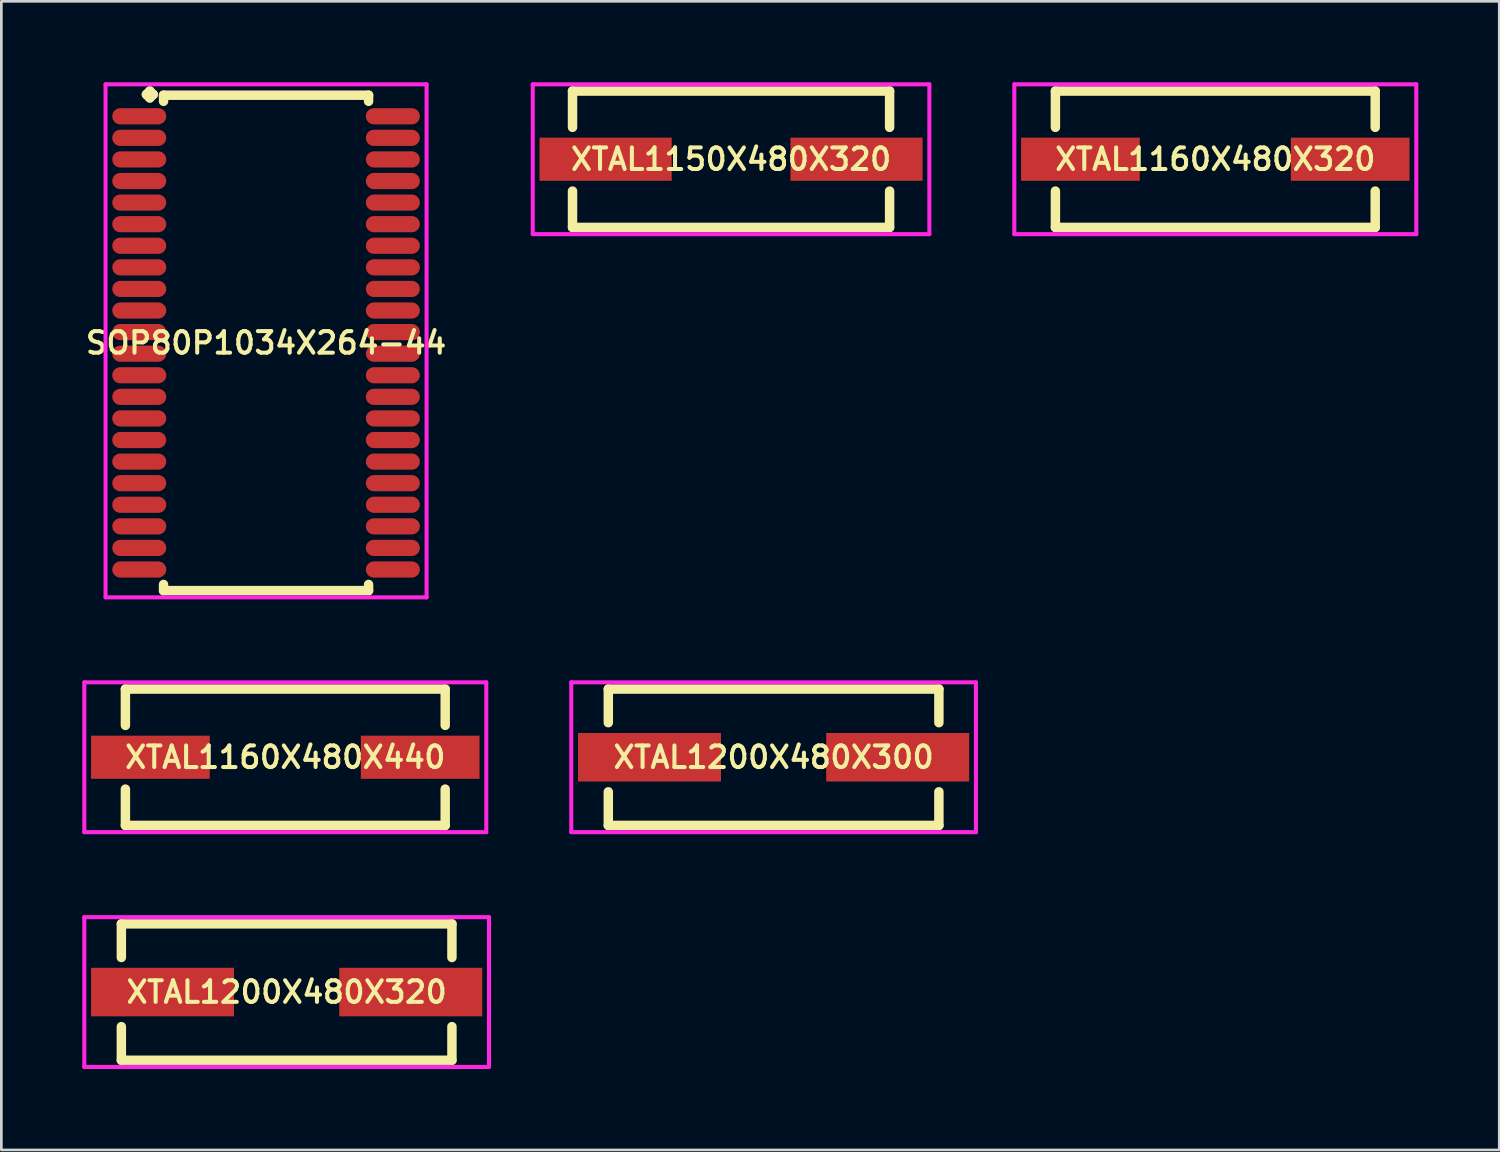
<source format=kicad_pcb>
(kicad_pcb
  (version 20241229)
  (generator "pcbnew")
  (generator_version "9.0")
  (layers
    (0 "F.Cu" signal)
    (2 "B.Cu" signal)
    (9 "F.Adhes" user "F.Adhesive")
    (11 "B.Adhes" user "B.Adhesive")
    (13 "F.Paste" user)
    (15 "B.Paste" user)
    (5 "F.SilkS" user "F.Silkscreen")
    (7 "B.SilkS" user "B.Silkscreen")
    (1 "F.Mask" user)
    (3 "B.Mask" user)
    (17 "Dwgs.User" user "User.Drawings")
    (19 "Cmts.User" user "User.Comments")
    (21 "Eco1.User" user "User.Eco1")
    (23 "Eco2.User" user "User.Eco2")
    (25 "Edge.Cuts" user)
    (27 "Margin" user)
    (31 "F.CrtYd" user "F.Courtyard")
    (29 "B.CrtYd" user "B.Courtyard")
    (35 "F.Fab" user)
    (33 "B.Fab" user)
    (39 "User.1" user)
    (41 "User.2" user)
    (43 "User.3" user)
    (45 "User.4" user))
  (footprint "XTAL1160X480X440"
    (layer "F.Cu")
    (at 7.525 25.019)
    (property "Reference" "XTAL1160X480X440" (at 0 0 0) (layer "F.SilkS") (effects (font (size 0.8 0.8) (thickness 0.15))))
    (attr smd)
    (fp_line (start -5.927 -2.527) (end 5.927 -2.527) (stroke (width 0.35) (type solid)) (layer "F.SilkS"))
    (fp_line (start -5.927 -1.181) (end -5.927 -2.527) (stroke (width 0.35) (type solid)) (layer "F.SilkS"))
    (fp_line (start -5.927 1.181) (end -5.927 2.527) (stroke (width 0.35) (type solid)) (layer "F.SilkS"))
    (fp_line (start -5.927 2.527) (end 5.927 2.527) (stroke (width 0.35) (type solid)) (layer "F.SilkS"))
    (fp_line (start 5.927 -2.527) (end 5.927 -1.181) (stroke (width 0.35) (type solid)) (layer "F.SilkS"))
    (fp_line (start 5.927 2.527) (end 5.927 1.181) (stroke (width 0.35) (type solid)) (layer "F.SilkS"))
    (fp_line (start -7.45 -2.777) (end 7.45 -2.777) (stroke (width 0.15) (type solid)) (layer "F.CrtYd"))
    (fp_line (start -7.45 2.777) (end -7.45 -2.777) (stroke (width 0.15) (type solid)) (layer "F.CrtYd"))
    (fp_line (start 7.45 -2.777) (end 7.45 2.777) (stroke (width 0.15) (type solid)) (layer "F.CrtYd"))
    (fp_line (start 7.45 2.777) (end -7.45 2.777) (stroke (width 0.15) (type solid)) (layer "F.CrtYd"))
    (pad "1" smd rect (at -5 0) (size 4.4 1.6) (layers "F.Cu" "F.Mask" "F.Paste"))
    (pad "2" smd rect (at 5 0) (size 4.4 1.6) (layers "F.Cu" "F.Mask" "F.Paste")))
  (footprint "XTAL1200X480X300"
    (layer "F.Cu")
    (at 25.625 25.019)
    (property "Reference" "XTAL1200X480X300" (at 0 0 0) (layer "F.SilkS") (effects (font (size 0.8 0.8) (thickness 0.15))))
    (attr smd)
    (fp_line (start -6.127 -2.527) (end 6.127 -2.527) (stroke (width 0.35) (type solid)) (layer "F.SilkS"))
    (fp_line (start -6.127 -1.281) (end -6.127 -2.527) (stroke (width 0.35) (type solid)) (layer "F.SilkS"))
    (fp_line (start -6.127 1.281) (end -6.127 2.527) (stroke (width 0.35) (type solid)) (layer "F.SilkS"))
    (fp_line (start -6.127 2.527) (end 6.127 2.527) (stroke (width 0.35) (type solid)) (layer "F.SilkS"))
    (fp_line (start 6.127 -2.527) (end 6.127 -1.281) (stroke (width 0.35) (type solid)) (layer "F.SilkS"))
    (fp_line (start 6.127 2.527) (end 6.127 1.281) (stroke (width 0.35) (type solid)) (layer "F.SilkS"))
    (fp_line (start -7.5 -2.777) (end 7.5 -2.777) (stroke (width 0.15) (type solid)) (layer "F.CrtYd"))
    (fp_line (start -7.5 2.777) (end -7.5 -2.777) (stroke (width 0.15) (type solid)) (layer "F.CrtYd"))
    (fp_line (start 7.5 -2.777) (end 7.5 2.777) (stroke (width 0.15) (type solid)) (layer "F.CrtYd"))
    (fp_line (start 7.5 2.777) (end -7.5 2.777) (stroke (width 0.15) (type solid)) (layer "F.CrtYd"))
    (pad "1" smd rect (at -4.6 0) (size 5.3 1.8) (layers "F.Cu" "F.Mask" "F.Paste"))
    (pad "2" smd rect (at 4.6 0) (size 5.3 1.8) (layers "F.Cu" "F.Mask" "F.Paste")))
  (footprint "SOP80P1034X264-44"
    (layer "F.Cu")
    (at 6.812 9.66)
    (property "Reference" "SOP80P1034X264-44" (at 0 0 0) (layer "F.SilkS") (effects (font (size 0.8 0.8) (thickness 0.15))))
    (attr smd)
    (fp_line (start -4.435 -9.208) (end -4.308 -9.335) (stroke (width 0.35) (type solid)) (layer "F.SilkS"))
    (fp_line (start -4.308 -9.335) (end -4.181 -9.208) (stroke (width 0.35) (type solid)) (layer "F.SilkS"))
    (fp_line (start -4.308 -9.081) (end -4.435 -9.208) (stroke (width 0.35) (type solid)) (layer "F.SilkS"))
    (fp_line (start -4.181 -9.208) (end -4.308 -9.081) (stroke (width 0.35) (type solid)) (layer "F.SilkS"))
    (fp_line (start -3.8 -9.182) (end 3.8 -9.182) (stroke (width 0.35) (type solid)) (layer "F.SilkS"))
    (fp_line (start -3.8 -8.954) (end -3.8 -9.182) (stroke (width 0.35) (type solid)) (layer "F.SilkS"))
    (fp_line (start -3.8 8.954) (end -3.8 9.182) (stroke (width 0.35) (type solid)) (layer "F.SilkS"))
    (fp_line (start -3.8 9.182) (end 3.8 9.182) (stroke (width 0.35) (type solid)) (layer "F.SilkS"))
    (fp_line (start 3.8 -9.182) (end 3.8 -8.954) (stroke (width 0.35) (type solid)) (layer "F.SilkS"))
    (fp_line (start 3.8 9.182) (end 3.8 8.954) (stroke (width 0.35) (type solid)) (layer "F.SilkS"))
    (fp_line (start -5.95 -9.585) (end 5.95 -9.585) (stroke (width 0.15) (type solid)) (layer "F.CrtYd"))
    (fp_line (start -5.95 9.432) (end -5.95 -9.585) (stroke (width 0.15) (type solid)) (layer "F.CrtYd"))
    (fp_line (start 5.95 -9.585) (end 5.95 9.432) (stroke (width 0.15) (type solid)) (layer "F.CrtYd"))
    (fp_line (start 5.95 9.432) (end -5.95 9.432) (stroke (width 0.15) (type solid)) (layer "F.CrtYd"))
    (pad "1" smd oval (at -4.7 -8.4) (size 2 0.6) (layers "F.Cu" "F.Mask" "F.Paste"))
    (pad "2" smd oval (at -4.7 -7.6) (size 2 0.6) (layers "F.Cu" "F.Mask" "F.Paste"))
    (pad "3" smd oval (at -4.7 -6.8) (size 2 0.6) (layers "F.Cu" "F.Mask" "F.Paste"))
    (pad "4" smd oval (at -4.7 -6) (size 2 0.6) (layers "F.Cu" "F.Mask" "F.Paste"))
    (pad "5" smd oval (at -4.7 -5.2) (size 2 0.6) (layers "F.Cu" "F.Mask" "F.Paste"))
    (pad "6" smd oval (at -4.7 -4.4) (size 2 0.6) (layers "F.Cu" "F.Mask" "F.Paste"))
    (pad "7" smd oval (at -4.7 -3.6) (size 2 0.6) (layers "F.Cu" "F.Mask" "F.Paste"))
    (pad "8" smd oval (at -4.7 -2.8) (size 2 0.6) (layers "F.Cu" "F.Mask" "F.Paste"))
    (pad "9" smd oval (at -4.7 -2) (size 2 0.6) (layers "F.Cu" "F.Mask" "F.Paste"))
    (pad "10" smd oval (at -4.7 -1.2) (size 2 0.6) (layers "F.Cu" "F.Mask" "F.Paste"))
    (pad "11" smd oval (at -4.7 -0.4) (size 2 0.6) (layers "F.Cu" "F.Mask" "F.Paste"))
    (pad "12" smd oval (at -4.7 0.4) (size 2 0.6) (layers "F.Cu" "F.Mask" "F.Paste"))
    (pad "13" smd oval (at -4.7 1.2) (size 2 0.6) (layers "F.Cu" "F.Mask" "F.Paste"))
    (pad "14" smd oval (at -4.7 2) (size 2 0.6) (layers "F.Cu" "F.Mask" "F.Paste"))
    (pad "15" smd oval (at -4.7 2.8) (size 2 0.6) (layers "F.Cu" "F.Mask" "F.Paste"))
    (pad "16" smd oval (at -4.7 3.6) (size 2 0.6) (layers "F.Cu" "F.Mask" "F.Paste"))
    (pad "17" smd oval (at -4.7 4.4) (size 2 0.6) (layers "F.Cu" "F.Mask" "F.Paste"))
    (pad "18" smd oval (at -4.7 5.2) (size 2 0.6) (layers "F.Cu" "F.Mask" "F.Paste"))
    (pad "19" smd oval (at -4.7 6) (size 2 0.6) (layers "F.Cu" "F.Mask" "F.Paste"))
    (pad "20" smd oval (at -4.7 6.8) (size 2 0.6) (layers "F.Cu" "F.Mask" "F.Paste"))
    (pad "21" smd oval (at -4.7 7.6) (size 2 0.6) (layers "F.Cu" "F.Mask" "F.Paste"))
    (pad "22" smd oval (at -4.7 8.4) (size 2 0.6) (layers "F.Cu" "F.Mask" "F.Paste"))
    (pad "23" smd oval (at 4.7 8.4) (size 2 0.6) (layers "F.Cu" "F.Mask" "F.Paste"))
    (pad "24" smd oval (at 4.7 7.6) (size 2 0.6) (layers "F.Cu" "F.Mask" "F.Paste"))
    (pad "25" smd oval (at 4.7 6.8) (size 2 0.6) (layers "F.Cu" "F.Mask" "F.Paste"))
    (pad "26" smd oval (at 4.7 6) (size 2 0.6) (layers "F.Cu" "F.Mask" "F.Paste"))
    (pad "27" smd oval (at 4.7 5.2) (size 2 0.6) (layers "F.Cu" "F.Mask" "F.Paste"))
    (pad "28" smd oval (at 4.7 4.4) (size 2 0.6) (layers "F.Cu" "F.Mask" "F.Paste"))
    (pad "29" smd oval (at 4.7 3.6) (size 2 0.6) (layers "F.Cu" "F.Mask" "F.Paste"))
    (pad "30" smd oval (at 4.7 2.8) (size 2 0.6) (layers "F.Cu" "F.Mask" "F.Paste"))
    (pad "31" smd oval (at 4.7 2) (size 2 0.6) (layers "F.Cu" "F.Mask" "F.Paste"))
    (pad "32" smd oval (at 4.7 1.2) (size 2 0.6) (layers "F.Cu" "F.Mask" "F.Paste"))
    (pad "33" smd oval (at 4.7 0.4) (size 2 0.6) (layers "F.Cu" "F.Mask" "F.Paste"))
    (pad "34" smd oval (at 4.7 -0.4) (size 2 0.6) (layers "F.Cu" "F.Mask" "F.Paste"))
    (pad "35" smd oval (at 4.7 -1.2) (size 2 0.6) (layers "F.Cu" "F.Mask" "F.Paste"))
    (pad "36" smd oval (at 4.7 -2) (size 2 0.6) (layers "F.Cu" "F.Mask" "F.Paste"))
    (pad "37" smd oval (at 4.7 -2.8) (size 2 0.6) (layers "F.Cu" "F.Mask" "F.Paste"))
    (pad "38" smd oval (at 4.7 -3.6) (size 2 0.6) (layers "F.Cu" "F.Mask" "F.Paste"))
    (pad "39" smd oval (at 4.7 -4.4) (size 2 0.6) (layers "F.Cu" "F.Mask" "F.Paste"))
    (pad "40" smd oval (at 4.7 -5.2) (size 2 0.6) (layers "F.Cu" "F.Mask" "F.Paste"))
    (pad "41" smd oval (at 4.7 -6) (size 2 0.6) (layers "F.Cu" "F.Mask" "F.Paste"))
    (pad "42" smd oval (at 4.7 -6.8) (size 2 0.6) (layers "F.Cu" "F.Mask" "F.Paste"))
    (pad "43" smd oval (at 4.7 -7.6) (size 2 0.6) (layers "F.Cu" "F.Mask" "F.Paste"))
    (pad "44" smd oval (at 4.7 -8.4) (size 2 0.6) (layers "F.Cu" "F.Mask" "F.Paste")))
  (footprint "XTAL1150X480X320"
    (layer "F.Cu")
    (at 24.048 2.852)
    (property "Reference" "XTAL1150X480X320" (at 0 0 0) (layer "F.SilkS") (effects (font (size 0.8 0.8) (thickness 0.15))))
    (attr smd)
    (fp_line (start -5.877 -2.527) (end 5.877 -2.527) (stroke (width 0.35) (type solid)) (layer "F.SilkS"))
    (fp_line (start -5.877 -1.181) (end -5.877 -2.527) (stroke (width 0.35) (type solid)) (layer "F.SilkS"))
    (fp_line (start -5.877 1.181) (end -5.877 2.527) (stroke (width 0.35) (type solid)) (layer "F.SilkS"))
    (fp_line (start -5.877 2.527) (end 5.877 2.527) (stroke (width 0.35) (type solid)) (layer "F.SilkS"))
    (fp_line (start 5.877 -2.527) (end 5.877 -1.181) (stroke (width 0.35) (type solid)) (layer "F.SilkS"))
    (fp_line (start 5.877 2.527) (end 5.877 1.181) (stroke (width 0.35) (type solid)) (layer "F.SilkS"))
    (fp_line (start -7.35 -2.777) (end 7.35 -2.777) (stroke (width 0.15) (type solid)) (layer "F.CrtYd"))
    (fp_line (start -7.35 2.777) (end -7.35 -2.777) (stroke (width 0.15) (type solid)) (layer "F.CrtYd"))
    (fp_line (start 7.35 -2.777) (end 7.35 2.777) (stroke (width 0.15) (type solid)) (layer "F.CrtYd"))
    (fp_line (start 7.35 2.777) (end -7.35 2.777) (stroke (width 0.15) (type solid)) (layer "F.CrtYd"))
    (pad "1" smd rect (at -4.65 0) (size 4.9 1.6) (layers "F.Cu" "F.Mask" "F.Paste"))
    (pad "2" smd rect (at 4.65 0) (size 4.9 1.6) (layers "F.Cu" "F.Mask" "F.Paste")))
  (footprint "XTAL1160X480X320"
    (layer "F.Cu")
    (at 41.998 2.852)
    (property "Reference" "XTAL1160X480X320" (at 0 0 0) (layer "F.SilkS") (effects (font (size 0.8 0.8) (thickness 0.15))))
    (attr smd)
    (fp_line (start -5.927 -2.527) (end 5.927 -2.527) (stroke (width 0.35) (type solid)) (layer "F.SilkS"))
    (fp_line (start -5.927 -1.181) (end -5.927 -2.527) (stroke (width 0.35) (type solid)) (layer "F.SilkS"))
    (fp_line (start -5.927 1.181) (end -5.927 2.527) (stroke (width 0.35) (type solid)) (layer "F.SilkS"))
    (fp_line (start -5.927 2.527) (end 5.927 2.527) (stroke (width 0.35) (type solid)) (layer "F.SilkS"))
    (fp_line (start 5.927 -2.527) (end 5.927 -1.181) (stroke (width 0.35) (type solid)) (layer "F.SilkS"))
    (fp_line (start 5.927 2.527) (end 5.927 1.181) (stroke (width 0.35) (type solid)) (layer "F.SilkS"))
    (fp_line (start -7.45 -2.777) (end 7.45 -2.777) (stroke (width 0.15) (type solid)) (layer "F.CrtYd"))
    (fp_line (start -7.45 2.777) (end -7.45 -2.777) (stroke (width 0.15) (type solid)) (layer "F.CrtYd"))
    (fp_line (start 7.45 -2.777) (end 7.45 2.777) (stroke (width 0.15) (type solid)) (layer "F.CrtYd"))
    (fp_line (start 7.45 2.777) (end -7.45 2.777) (stroke (width 0.15) (type solid)) (layer "F.CrtYd"))
    (pad "1" smd rect (at -5 0) (size 4.4 1.6) (layers "F.Cu" "F.Mask" "F.Paste"))
    (pad "2" smd rect (at 5 0) (size 4.4 1.6) (layers "F.Cu" "F.Mask" "F.Paste")))
  (footprint "XTAL1200X480X320"
    (layer "F.Cu")
    (at 7.575 33.723)
    (property "Reference" "XTAL1200X480X320" (at 0 0 0) (layer "F.SilkS") (effects (font (size 0.8 0.8) (thickness 0.15))))
    (attr smd)
    (fp_line (start -6.127 -2.527) (end 6.127 -2.527) (stroke (width 0.35) (type solid)) (layer "F.SilkS"))
    (fp_line (start -6.127 -1.281) (end -6.127 -2.527) (stroke (width 0.35) (type solid)) (layer "F.SilkS"))
    (fp_line (start -6.127 1.281) (end -6.127 2.527) (stroke (width 0.35) (type solid)) (layer "F.SilkS"))
    (fp_line (start -6.127 2.527) (end 6.127 2.527) (stroke (width 0.35) (type solid)) (layer "F.SilkS"))
    (fp_line (start 6.127 -2.527) (end 6.127 -1.281) (stroke (width 0.35) (type solid)) (layer "F.SilkS"))
    (fp_line (start 6.127 2.527) (end 6.127 1.281) (stroke (width 0.35) (type solid)) (layer "F.SilkS"))
    (fp_line (start -7.5 -2.777) (end 7.5 -2.777) (stroke (width 0.15) (type solid)) (layer "F.CrtYd"))
    (fp_line (start -7.5 2.777) (end -7.5 -2.777) (stroke (width 0.15) (type solid)) (layer "F.CrtYd"))
    (fp_line (start 7.5 -2.777) (end 7.5 2.777) (stroke (width 0.15) (type solid)) (layer "F.CrtYd"))
    (fp_line (start 7.5 2.777) (end -7.5 2.777) (stroke (width 0.15) (type solid)) (layer "F.CrtYd"))
    (pad "1" smd rect (at -4.6 0) (size 5.3 1.8) (layers "F.Cu" "F.Mask" "F.Paste"))
    (pad "2" smd rect (at 4.6 0) (size 5.3 1.8) (layers "F.Cu" "F.Mask" "F.Paste")))
  (gr_rect
    (start -3 -3)
    (end 52.523 39.575)
    (stroke (width 0.1) (type default))
    (fill no)
    (layer "Edge.Cuts")))
</source>
